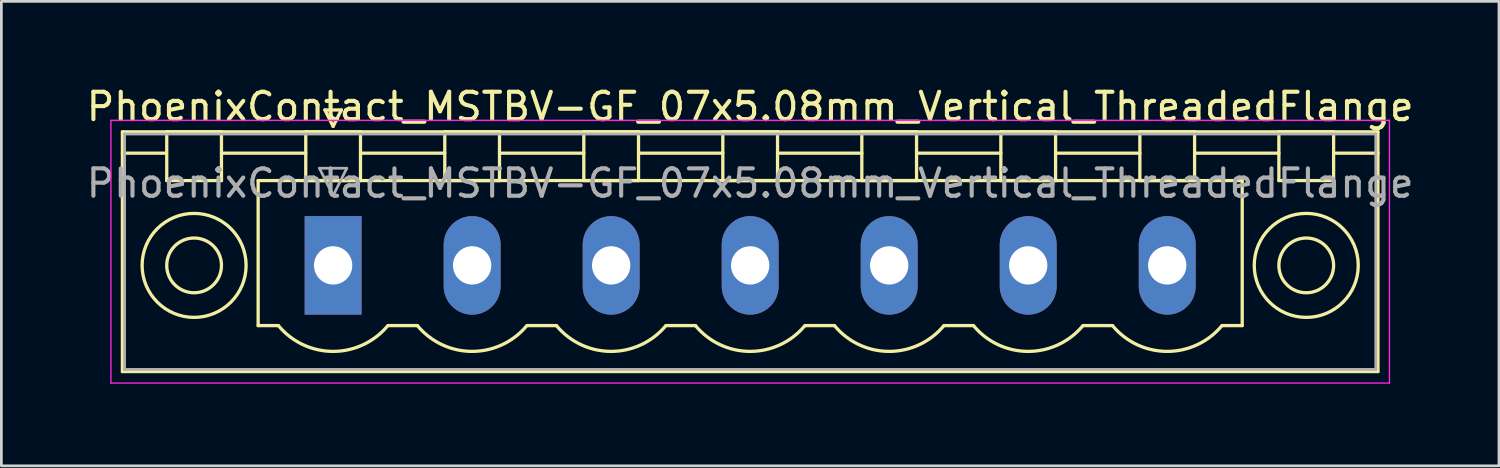
<source format=kicad_pcb>
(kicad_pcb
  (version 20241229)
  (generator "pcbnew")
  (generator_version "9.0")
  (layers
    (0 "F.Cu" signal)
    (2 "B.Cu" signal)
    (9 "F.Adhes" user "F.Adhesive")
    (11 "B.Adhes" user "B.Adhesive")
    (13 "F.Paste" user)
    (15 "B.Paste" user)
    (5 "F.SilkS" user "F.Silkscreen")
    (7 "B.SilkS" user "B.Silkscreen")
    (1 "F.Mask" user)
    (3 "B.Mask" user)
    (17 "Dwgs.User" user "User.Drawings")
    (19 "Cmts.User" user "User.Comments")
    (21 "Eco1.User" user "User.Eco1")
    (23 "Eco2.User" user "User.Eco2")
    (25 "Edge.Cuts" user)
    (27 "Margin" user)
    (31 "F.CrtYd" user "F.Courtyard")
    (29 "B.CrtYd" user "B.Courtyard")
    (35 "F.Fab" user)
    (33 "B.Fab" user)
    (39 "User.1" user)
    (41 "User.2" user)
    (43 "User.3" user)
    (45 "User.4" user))
  (footprint "PhoenixContact_MSTBV-GF_07x5.08mm_Vertical_ThreadedFlange"
    (layer "F.Cu")
    (at 9.123 6.648)
    (property "Reference" "PhoenixContact_MSTBV-GF_07x5.08mm_Vertical_ThreadedFlange" (at 15.24 -5.8 0) (layer "F.SilkS") (effects (font (size 1 1) (thickness 0.15))))
    (attr through_hole)
    (fp_line (start -7.7 -4.88) (end -7.7 3.88) (stroke (width 0.12) (type solid)) (layer "F.SilkS"))
    (fp_line (start -7.7 -4.1) (end -6.16 -4.1) (stroke (width 0.12) (type solid)) (layer "F.SilkS"))
    (fp_line (start -7.7 3.88) (end 38.18 3.88) (stroke (width 0.12) (type solid)) (layer "F.SilkS"))
    (fp_line (start -6.08 -4.88) (end -4.08 -4.88) (stroke (width 0.12) (type solid)) (layer "F.SilkS"))
    (fp_line (start -6.08 -3.1) (end -6.08 -4.88) (stroke (width 0.12) (type solid)) (layer "F.SilkS"))
    (fp_line (start -4.08 -4.88) (end -4.08 -3.1) (stroke (width 0.12) (type solid)) (layer "F.SilkS"))
    (fp_line (start -4.08 -4.1) (end -1 -4.1) (stroke (width 0.12) (type solid)) (layer "F.SilkS"))
    (fp_line (start -4.08 -3.1) (end -6.08 -3.1) (stroke (width 0.12) (type solid)) (layer "F.SilkS"))
    (fp_line (start -2.74 -3.1) (end 33.22 -3.1) (stroke (width 0.12) (type solid)) (layer "F.SilkS"))
    (fp_line (start -2.74 2.2) (end -2.74 -3.1) (stroke (width 0.12) (type solid)) (layer "F.SilkS"))
    (fp_line (start -2 2.2) (end -2.74 2.2) (stroke (width 0.12) (type solid)) (layer "F.SilkS"))
    (fp_line (start -1 -4.88) (end 1 -4.88) (stroke (width 0.12) (type solid)) (layer "F.SilkS"))
    (fp_line (start -1 -3.1) (end -1 -4.88) (stroke (width 0.12) (type solid)) (layer "F.SilkS"))
    (fp_line (start -0.3 -5.68) (end 0.3 -5.68) (stroke (width 0.12) (type solid)) (layer "F.SilkS"))
    (fp_line (start 0 -5.08) (end -0.3 -5.68) (stroke (width 0.12) (type solid)) (layer "F.SilkS"))
    (fp_line (start 0.3 -5.68) (end 0 -5.08) (stroke (width 0.12) (type solid)) (layer "F.SilkS"))
    (fp_line (start 1 -4.88) (end 1 -3.1) (stroke (width 0.12) (type solid)) (layer "F.SilkS"))
    (fp_line (start 1 -4.1) (end 4.08 -4.1) (stroke (width 0.12) (type solid)) (layer "F.SilkS"))
    (fp_line (start 1 -3.1) (end -1 -3.1) (stroke (width 0.12) (type solid)) (layer "F.SilkS"))
    (fp_line (start 2 2.2) (end 3.08 2.2) (stroke (width 0.12) (type solid)) (layer "F.SilkS"))
    (fp_line (start 4.08 -4.88) (end 6.08 -4.88) (stroke (width 0.12) (type solid)) (layer "F.SilkS"))
    (fp_line (start 4.08 -3.1) (end 4.08 -4.88) (stroke (width 0.12) (type solid)) (layer "F.SilkS"))
    (fp_line (start 6.08 -4.88) (end 6.08 -3.1) (stroke (width 0.12) (type solid)) (layer "F.SilkS"))
    (fp_line (start 6.08 -4.1) (end 9.16 -4.1) (stroke (width 0.12) (type solid)) (layer "F.SilkS"))
    (fp_line (start 6.08 -3.1) (end 4.08 -3.1) (stroke (width 0.12) (type solid)) (layer "F.SilkS"))
    (fp_line (start 7.08 2.2) (end 8.16 2.2) (stroke (width 0.12) (type solid)) (layer "F.SilkS"))
    (fp_line (start 9.16 -4.88) (end 11.16 -4.88) (stroke (width 0.12) (type solid)) (layer "F.SilkS"))
    (fp_line (start 9.16 -3.1) (end 9.16 -4.88) (stroke (width 0.12) (type solid)) (layer "F.SilkS"))
    (fp_line (start 11.16 -4.88) (end 11.16 -3.1) (stroke (width 0.12) (type solid)) (layer "F.SilkS"))
    (fp_line (start 11.16 -4.1) (end 14.24 -4.1) (stroke (width 0.12) (type solid)) (layer "F.SilkS"))
    (fp_line (start 11.16 -3.1) (end 9.16 -3.1) (stroke (width 0.12) (type solid)) (layer "F.SilkS"))
    (fp_line (start 12.16 2.2) (end 13.24 2.2) (stroke (width 0.12) (type solid)) (layer "F.SilkS"))
    (fp_line (start 14.24 -4.88) (end 16.24 -4.88) (stroke (width 0.12) (type solid)) (layer "F.SilkS"))
    (fp_line (start 14.24 -3.1) (end 14.24 -4.88) (stroke (width 0.12) (type solid)) (layer "F.SilkS"))
    (fp_line (start 16.24 -4.88) (end 16.24 -3.1) (stroke (width 0.12) (type solid)) (layer "F.SilkS"))
    (fp_line (start 16.24 -4.1) (end 19.32 -4.1) (stroke (width 0.12) (type solid)) (layer "F.SilkS"))
    (fp_line (start 16.24 -3.1) (end 14.24 -3.1) (stroke (width 0.12) (type solid)) (layer "F.SilkS"))
    (fp_line (start 17.24 2.2) (end 18.32 2.2) (stroke (width 0.12) (type solid)) (layer "F.SilkS"))
    (fp_line (start 19.32 -4.88) (end 21.32 -4.88) (stroke (width 0.12) (type solid)) (layer "F.SilkS"))
    (fp_line (start 19.32 -3.1) (end 19.32 -4.88) (stroke (width 0.12) (type solid)) (layer "F.SilkS"))
    (fp_line (start 21.32 -4.88) (end 21.32 -3.1) (stroke (width 0.12) (type solid)) (layer "F.SilkS"))
    (fp_line (start 21.32 -4.1) (end 24.4 -4.1) (stroke (width 0.12) (type solid)) (layer "F.SilkS"))
    (fp_line (start 21.32 -3.1) (end 19.32 -3.1) (stroke (width 0.12) (type solid)) (layer "F.SilkS"))
    (fp_line (start 22.32 2.2) (end 23.4 2.2) (stroke (width 0.12) (type solid)) (layer "F.SilkS"))
    (fp_line (start 24.4 -4.88) (end 26.4 -4.88) (stroke (width 0.12) (type solid)) (layer "F.SilkS"))
    (fp_line (start 24.4 -3.1) (end 24.4 -4.88) (stroke (width 0.12) (type solid)) (layer "F.SilkS"))
    (fp_line (start 26.4 -4.88) (end 26.4 -3.1) (stroke (width 0.12) (type solid)) (layer "F.SilkS"))
    (fp_line (start 26.4 -4.1) (end 29.48 -4.1) (stroke (width 0.12) (type solid)) (layer "F.SilkS"))
    (fp_line (start 26.4 -3.1) (end 24.4 -3.1) (stroke (width 0.12) (type solid)) (layer "F.SilkS"))
    (fp_line (start 27.4 2.2) (end 28.48 2.2) (stroke (width 0.12) (type solid)) (layer "F.SilkS"))
    (fp_line (start 29.48 -4.88) (end 31.48 -4.88) (stroke (width 0.12) (type solid)) (layer "F.SilkS"))
    (fp_line (start 29.48 -3.1) (end 29.48 -4.88) (stroke (width 0.12) (type solid)) (layer "F.SilkS"))
    (fp_line (start 31.48 -4.88) (end 31.48 -3.1) (stroke (width 0.12) (type solid)) (layer "F.SilkS"))
    (fp_line (start 31.48 -4.1) (end 34.56 -4.1) (stroke (width 0.12) (type solid)) (layer "F.SilkS"))
    (fp_line (start 31.48 -3.1) (end 29.48 -3.1) (stroke (width 0.12) (type solid)) (layer "F.SilkS"))
    (fp_line (start 33.22 -3.1) (end 33.22 2.2) (stroke (width 0.12) (type solid)) (layer "F.SilkS"))
    (fp_line (start 33.22 2.2) (end 32.48 2.2) (stroke (width 0.12) (type solid)) (layer "F.SilkS"))
    (fp_line (start 34.56 -4.88) (end 36.56 -4.88) (stroke (width 0.12) (type solid)) (layer "F.SilkS"))
    (fp_line (start 34.56 -3.1) (end 34.56 -4.88) (stroke (width 0.12) (type solid)) (layer "F.SilkS"))
    (fp_line (start 36.56 -4.88) (end 36.56 -3.1) (stroke (width 0.12) (type solid)) (layer "F.SilkS"))
    (fp_line (start 36.56 -3.1) (end 34.56 -3.1) (stroke (width 0.12) (type solid)) (layer "F.SilkS"))
    (fp_line (start 38.18 -4.88) (end -7.7 -4.88) (stroke (width 0.12) (type solid)) (layer "F.SilkS"))
    (fp_line (start 38.18 -4.1) (end 36.64 -4.1) (stroke (width 0.12) (type solid)) (layer "F.SilkS"))
    (fp_line (start 38.18 3.88) (end 38.18 -4.88) (stroke (width 0.12) (type solid)) (layer "F.SilkS"))
    (fp_arc (start 1.986842 2.215821) (mid -0.010289 3.142758) (end -2 2.2) (stroke (width 0.12) (type solid)) (layer "F.SilkS"))
    (fp_arc (start 7.066842 2.215821) (mid 5.069711 3.142758) (end 3.08 2.2) (stroke (width 0.12) (type solid)) (layer "F.SilkS"))
    (fp_arc (start 12.146842 2.215821) (mid 10.149711 3.142758) (end 8.16 2.2) (stroke (width 0.12) (type solid)) (layer "F.SilkS"))
    (fp_arc (start 17.226842 2.215821) (mid 15.229711 3.142758) (end 13.24 2.2) (stroke (width 0.12) (type solid)) (layer "F.SilkS"))
    (fp_arc (start 22.306842 2.215821) (mid 20.309711 3.142758) (end 18.32 2.2) (stroke (width 0.12) (type solid)) (layer "F.SilkS"))
    (fp_arc (start 27.386842 2.215821) (mid 25.389711 3.142758) (end 23.4 2.2) (stroke (width 0.12) (type solid)) (layer "F.SilkS"))
    (fp_arc (start 32.466842 2.215821) (mid 30.469711 3.142758) (end 28.48 2.2) (stroke (width 0.12) (type solid)) (layer "F.SilkS"))
    (fp_circle (center -5.08 0) (end -4.08 0) (stroke (width 0.12) (type solid)) (fill no) (layer "F.SilkS"))
    (fp_circle (center -5.08 0) (end -3.18 0) (stroke (width 0.12) (type solid)) (fill no) (layer "F.SilkS"))
    (fp_circle (center 35.56 0) (end 36.56 0) (stroke (width 0.12) (type solid)) (fill no) (layer "F.SilkS"))
    (fp_circle (center 35.56 0) (end 37.46 0) (stroke (width 0.12) (type solid)) (fill no) (layer "F.SilkS"))
    (fp_line (start -8.12 -5.3) (end -8.12 4.3) (stroke (width 0.05) (type solid)) (layer "F.CrtYd"))
    (fp_line (start -8.12 4.3) (end 38.6 4.3) (stroke (width 0.05) (type solid)) (layer "F.CrtYd"))
    (fp_line (start 38.6 -5.3) (end -8.12 -5.3) (stroke (width 0.05) (type solid)) (layer "F.CrtYd"))
    (fp_line (start 38.6 4.3) (end 38.6 -5.3) (stroke (width 0.05) (type solid)) (layer "F.CrtYd"))
    (fp_line (start -7.62 -4.8) (end -7.62 3.8) (stroke (width 0.1) (type solid)) (layer "F.Fab"))
    (fp_line (start -7.62 3.8) (end 38.1 3.8) (stroke (width 0.1) (type solid)) (layer "F.Fab"))
    (fp_line (start -0.5 -3.55) (end 0.5 -3.55) (stroke (width 0.1) (type solid)) (layer "F.Fab"))
    (fp_line (start 0 -2.55) (end -0.5 -3.55) (stroke (width 0.1) (type solid)) (layer "F.Fab"))
    (fp_line (start 0.5 -3.55) (end 0 -2.55) (stroke (width 0.1) (type solid)) (layer "F.Fab"))
    (fp_line (start 38.1 -4.8) (end -7.62 -4.8) (stroke (width 0.1) (type solid)) (layer "F.Fab"))
    (fp_line (start 38.1 3.8) (end 38.1 -4.8) (stroke (width 0.1) (type solid)) (layer "F.Fab"))
    (fp_text user "${REFERENCE}" (at 15.24 -3 0) (layer "F.Fab") (effects (font (size 1 1) (thickness 0.15))))
    (pad "1" thru_hole rect (at 0 0) (size 2.08 3.6) (drill 1.4) (layers "*.Cu" "*.Mask"))
    (pad "2" thru_hole oval (at 5.08 0) (size 2.08 3.6) (drill 1.4) (layers "*.Cu" "*.Mask"))
    (pad "3" thru_hole oval (at 10.16 0) (size 2.08 3.6) (drill 1.4) (layers "*.Cu" "*.Mask"))
    (pad "4" thru_hole oval (at 15.24 0) (size 2.08 3.6) (drill 1.4) (layers "*.Cu" "*.Mask"))
    (pad "5" thru_hole oval (at 20.32 0) (size 2.08 3.6) (drill 1.4) (layers "*.Cu" "*.Mask"))
    (pad "6" thru_hole oval (at 25.4 0) (size 2.08 3.6) (drill 1.4) (layers "*.Cu" "*.Mask"))
    (pad "7" thru_hole oval (at 30.48 0) (size 2.08 3.6) (drill 1.4) (layers "*.Cu" "*.Mask")))
  (gr_rect
    (start -3 -3)
    (end 51.726 13.973)
    (stroke (width 0.1) (type default))
    (fill no)
    (layer "Edge.Cuts")))
</source>
